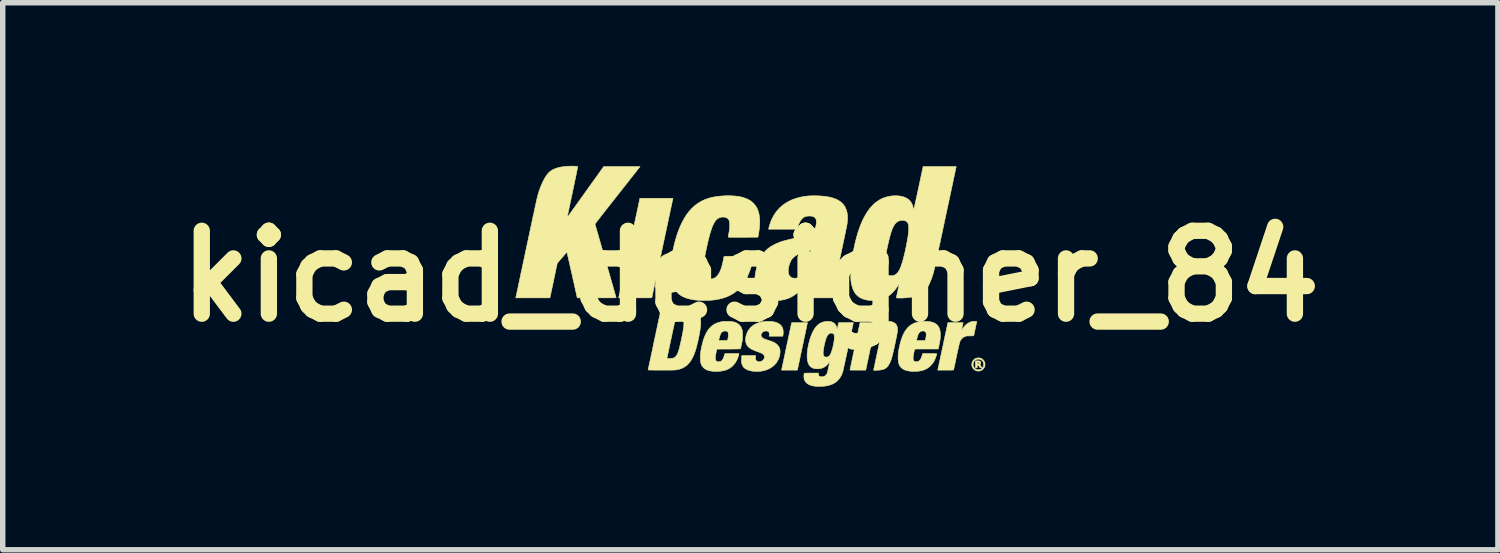
<source format=kicad_pcb>
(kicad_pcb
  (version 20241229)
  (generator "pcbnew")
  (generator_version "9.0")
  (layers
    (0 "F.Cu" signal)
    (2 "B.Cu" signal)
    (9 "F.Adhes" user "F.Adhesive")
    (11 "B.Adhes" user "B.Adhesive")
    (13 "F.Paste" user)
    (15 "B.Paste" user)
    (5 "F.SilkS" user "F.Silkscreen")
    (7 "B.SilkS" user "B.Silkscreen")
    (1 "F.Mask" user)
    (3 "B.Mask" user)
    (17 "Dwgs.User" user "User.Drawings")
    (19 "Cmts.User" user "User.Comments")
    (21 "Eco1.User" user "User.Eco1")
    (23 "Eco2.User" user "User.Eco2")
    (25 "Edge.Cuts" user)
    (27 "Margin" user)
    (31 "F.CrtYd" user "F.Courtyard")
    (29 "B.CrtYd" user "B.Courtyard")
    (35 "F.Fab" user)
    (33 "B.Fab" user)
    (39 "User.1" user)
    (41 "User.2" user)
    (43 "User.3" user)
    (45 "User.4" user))
  (footprint "kicad_designer_84"
    (layer "F.Cu")
    (at 10.748 2.029)
    (property "Reference" "kicad_designer_84" (at 0 0 0) (layer "F.SilkS") (effects (font (size 1.524 1.524) (thickness 0.3))))
    (attr through_hole)
    (fp_poly (pts (xy 1.041 0.901) (xy 1.039 0.911) (xy 1.036 0.927) (xy 1.031 0.95) (xy 1.025 0.978) (xy 1.018 1.011) (xy 1.01 1.049) (xy 1.001 1.091) (xy 0.991 1.135) (xy 0.981 1.183) (xy 0.971 1.233) (xy 0.959 1.285) (xy 0.948 1.338) (xy 0.866 1.727) (xy 0.575 1.727) (xy 0.667 1.291) (xy 0.76 0.855) (xy 1.051 0.853) (xy 1.041 0.901)) (stroke (width 0.01) (type solid)) (fill yes) (layer "F.SilkS"))
    (fp_poly (pts (xy 4.198 1.557) (xy 4.215 1.56) (xy 4.227 1.565) (xy 4.234 1.572) (xy 4.238 1.583) (xy 4.238 1.591) (xy 4.236 1.605) (xy 4.231 1.615) (xy 4.223 1.621) (xy 4.219 1.622) (xy 4.219 1.624) (xy 4.223 1.629) (xy 4.225 1.631) (xy 4.231 1.638) (xy 4.239 1.65) (xy 4.245 1.661) (xy 4.256 1.684) (xy 4.239 1.684) (xy 4.228 1.683) (xy 4.222 1.681) (xy 4.218 1.675) (xy 4.214 1.669) (xy 4.206 1.652) (xy 4.197 1.642) (xy 4.189 1.637) (xy 4.183 1.636) (xy 4.173 1.636) (xy 4.173 1.684) (xy 4.14 1.684) (xy 4.14 1.597) (xy 4.173 1.597) (xy 4.173 1.607) (xy 4.175 1.613) (xy 4.178 1.615) (xy 4.184 1.615) (xy 4.194 1.612) (xy 4.202 1.607) (xy 4.207 1.6) (xy 4.209 1.595) (xy 4.206 1.588) (xy 4.198 1.582) (xy 4.188 1.579) (xy 4.183 1.578) (xy 4.177 1.579) (xy 4.174 1.582) (xy 4.173 1.588) (xy 4.173 1.597) (xy 4.14 1.597) (xy 4.14 1.557) (xy 4.174 1.557) (xy 4.198 1.557)) (stroke (width 0.01) (type solid)) (fill yes) (layer "F.SilkS"))
    (fp_poly (pts (xy 4.225 1.505) (xy 4.252 1.515) (xy 4.275 1.531) (xy 4.294 1.553) (xy 4.304 1.57) (xy 4.311 1.584) (xy 4.314 1.595) (xy 4.316 1.607) (xy 4.316 1.623) (xy 4.316 1.624) (xy 4.315 1.641) (xy 4.313 1.655) (xy 4.309 1.667) (xy 4.306 1.673) (xy 4.291 1.698) (xy 4.27 1.719) (xy 4.248 1.733) (xy 4.231 1.74) (xy 4.21 1.744) (xy 4.188 1.745) (xy 4.169 1.743) (xy 4.158 1.741) (xy 4.13 1.727) (xy 4.107 1.709) (xy 4.09 1.686) (xy 4.081 1.67) (xy 4.077 1.657) (xy 4.074 1.642) (xy 4.073 1.624) (xy 4.073 1.615) (xy 4.097 1.615) (xy 4.098 1.639) (xy 4.102 1.657) (xy 4.114 1.68) (xy 4.131 1.698) (xy 4.152 1.712) (xy 4.175 1.72) (xy 4.2 1.722) (xy 4.225 1.718) (xy 4.233 1.715) (xy 4.253 1.702) (xy 4.271 1.685) (xy 4.283 1.663) (xy 4.291 1.64) (xy 4.292 1.624) (xy 4.289 1.597) (xy 4.279 1.573) (xy 4.264 1.553) (xy 4.243 1.538) (xy 4.242 1.537) (xy 4.218 1.528) (xy 4.193 1.525) (xy 4.168 1.529) (xy 4.145 1.538) (xy 4.125 1.553) (xy 4.11 1.572) (xy 4.101 1.592) (xy 4.097 1.615) (xy 4.073 1.615) (xy 4.074 1.608) (xy 4.075 1.596) (xy 4.079 1.584) (xy 4.085 1.571) (xy 4.085 1.57) (xy 4.101 1.545) (xy 4.122 1.525) (xy 4.146 1.511) (xy 4.174 1.504) (xy 4.195 1.502) (xy 4.225 1.505)) (stroke (width 0.01) (type solid)) (fill yes) (layer "F.SilkS"))
    (fp_poly (pts (xy -1.424 -1.425) (xy -1.425 -1.42) (xy -1.428 -1.408) (xy -1.432 -1.39) (xy -1.437 -1.366) (xy -1.443 -1.336) (xy -1.451 -1.301) (xy -1.459 -1.261) (xy -1.469 -1.217) (xy -1.479 -1.169) (xy -1.49 -1.117) (xy -1.502 -1.061) (xy -1.514 -1.003) (xy -1.527 -0.942) (xy -1.541 -0.878) (xy -1.554 -0.813) (xy -1.569 -0.746) (xy -1.583 -0.678) (xy -1.598 -0.609) (xy -1.613 -0.539) (xy -1.627 -0.469) (xy -1.642 -0.4) (xy -1.657 -0.331) (xy -1.671 -0.263) (xy -1.685 -0.197) (xy -1.699 -0.132) (xy -1.712 -0.069) (xy -1.725 -0.009) (xy -1.737 0.049) (xy -1.749 0.104) (xy -1.76 0.155) (xy -1.77 0.202) (xy -1.779 0.245) (xy -1.787 0.283) (xy -1.794 0.316) (xy -1.8 0.344) (xy -1.804 0.367) (xy -1.808 0.383) (xy -1.81 0.393) (xy -1.811 0.396) (xy -1.814 0.397) (xy -1.824 0.397) (xy -1.841 0.398) (xy -1.863 0.398) (xy -1.89 0.398) (xy -1.922 0.398) (xy -1.958 0.399) (xy -1.998 0.399) (xy -2.04 0.399) (xy -2.085 0.399) (xy -2.116 0.399) (xy -2.421 0.399) (xy -2.419 0.391) (xy -2.418 0.386) (xy -2.416 0.376) (xy -2.412 0.358) (xy -2.407 0.335) (xy -2.401 0.306) (xy -2.394 0.272) (xy -2.385 0.233) (xy -2.376 0.189) (xy -2.366 0.142) (xy -2.355 0.09) (xy -2.343 0.035) (xy -2.331 -0.023) (xy -2.318 -0.084) (xy -2.304 -0.147) (xy -2.291 -0.212) (xy -2.276 -0.278) (xy -2.262 -0.346) (xy -2.247 -0.415) (xy -2.232 -0.485) (xy -2.218 -0.554) (xy -2.203 -0.623) (xy -2.188 -0.692) (xy -2.174 -0.76) (xy -2.16 -0.826) (xy -2.146 -0.891) (xy -2.133 -0.953) (xy -2.12 -1.014) (xy -2.108 -1.071) (xy -2.096 -1.125) (xy -2.085 -1.176) (xy -2.075 -1.223) (xy -2.066 -1.266) (xy -2.058 -1.304) (xy -2.051 -1.337) (xy -2.045 -1.365) (xy -2.041 -1.387) (xy -2.037 -1.403) (xy -2.035 -1.412) (xy -2.035 -1.414) (xy -2.031 -1.433) (xy -1.422 -1.433) (xy -1.424 -1.425)) (stroke (width 0.01) (type solid)) (fill yes) (layer "F.SilkS"))
    (fp_poly (pts (xy 4.144 0.831) (xy 4.155 0.831) (xy 4.162 0.832) (xy 4.164 0.834) (xy 4.164 0.837) (xy 4.164 0.837) (xy 4.163 0.842) (xy 4.161 0.853) (xy 4.157 0.87) (xy 4.152 0.891) (xy 4.147 0.916) (xy 4.141 0.943) (xy 4.137 0.965) (xy 4.13 0.994) (xy 4.125 1.021) (xy 4.12 1.045) (xy 4.115 1.064) (xy 4.112 1.08) (xy 4.11 1.089) (xy 4.109 1.092) (xy 4.108 1.094) (xy 4.104 1.096) (xy 4.096 1.097) (xy 4.084 1.097) (xy 4.067 1.098) (xy 4.043 1.098) (xy 4.043 1.098) (xy 4.019 1.098) (xy 4.001 1.098) (xy 3.987 1.099) (xy 3.977 1.1) (xy 3.967 1.102) (xy 3.958 1.105) (xy 3.955 1.106) (xy 3.923 1.12) (xy 3.896 1.141) (xy 3.874 1.166) (xy 3.857 1.197) (xy 3.852 1.209) (xy 3.85 1.217) (xy 3.846 1.232) (xy 3.841 1.252) (xy 3.835 1.277) (xy 3.828 1.307) (xy 3.821 1.341) (xy 3.813 1.377) (xy 3.804 1.416) (xy 3.795 1.457) (xy 3.792 1.475) (xy 3.783 1.516) (xy 3.775 1.554) (xy 3.767 1.591) (xy 3.76 1.624) (xy 3.754 1.653) (xy 3.748 1.677) (xy 3.744 1.697) (xy 3.741 1.711) (xy 3.739 1.719) (xy 3.739 1.721) (xy 3.738 1.722) (xy 3.736 1.724) (xy 3.732 1.725) (xy 3.726 1.726) (xy 3.716 1.726) (xy 3.703 1.727) (xy 3.685 1.727) (xy 3.662 1.727) (xy 3.633 1.727) (xy 3.598 1.727) (xy 3.447 1.727) (xy 3.449 1.719) (xy 3.45 1.715) (xy 3.452 1.703) (xy 3.456 1.686) (xy 3.461 1.663) (xy 3.467 1.634) (xy 3.474 1.601) (xy 3.482 1.563) (xy 3.491 1.521) (xy 3.501 1.476) (xy 3.511 1.427) (xy 3.522 1.376) (xy 3.533 1.323) (xy 3.542 1.283) (xy 3.553 1.228) (xy 3.564 1.176) (xy 3.575 1.126) (xy 3.585 1.078) (xy 3.595 1.035) (xy 3.603 0.994) (xy 3.611 0.958) (xy 3.618 0.927) (xy 3.623 0.9) (xy 3.628 0.88) (xy 3.631 0.865) (xy 3.633 0.856) (xy 3.634 0.854) (xy 3.637 0.853) (xy 3.648 0.853) (xy 3.663 0.853) (xy 3.684 0.853) (xy 3.709 0.853) (xy 3.737 0.853) (xy 3.768 0.854) (xy 3.774 0.854) (xy 3.914 0.855) (xy 3.9 0.918) (xy 3.896 0.939) (xy 3.892 0.957) (xy 3.889 0.972) (xy 3.888 0.982) (xy 3.887 0.987) (xy 3.889 0.986) (xy 3.894 0.98) (xy 3.902 0.97) (xy 3.907 0.963) (xy 3.935 0.924) (xy 3.966 0.892) (xy 4 0.867) (xy 4.027 0.852) (xy 4.05 0.842) (xy 4.071 0.836) (xy 4.094 0.832) (xy 4.121 0.831) (xy 4.127 0.831) (xy 4.144 0.831)) (stroke (width 0.01) (type solid)) (fill yes) (layer "F.SilkS"))
    (fp_poly (pts (xy 0.348 0.831) (xy 0.378 0.832) (xy 0.403 0.834) (xy 0.42 0.836) (xy 0.464 0.847) (xy 0.502 0.861) (xy 0.534 0.879) (xy 0.56 0.901) (xy 0.58 0.927) (xy 0.595 0.957) (xy 0.603 0.991) (xy 0.605 1.03) (xy 0.605 1.047) (xy 0.604 1.063) (xy 0.602 1.078) (xy 0.601 1.089) (xy 0.6 1.091) (xy 0.598 1.103) (xy 0.346 1.103) (xy 0.349 1.082) (xy 0.35 1.058) (xy 0.346 1.038) (xy 0.337 1.023) (xy 0.322 1.013) (xy 0.302 1.008) (xy 0.287 1.008) (xy 0.26 1.011) (xy 0.237 1.02) (xy 0.219 1.035) (xy 0.206 1.054) (xy 0.198 1.078) (xy 0.198 1.079) (xy 0.198 1.097) (xy 0.205 1.114) (xy 0.219 1.13) (xy 0.239 1.144) (xy 0.252 1.15) (xy 0.263 1.155) (xy 0.279 1.161) (xy 0.299 1.168) (xy 0.32 1.175) (xy 0.338 1.181) (xy 0.377 1.194) (xy 0.409 1.206) (xy 0.437 1.219) (xy 0.46 1.232) (xy 0.479 1.246) (xy 0.491 1.256) (xy 0.514 1.281) (xy 0.532 1.311) (xy 0.543 1.343) (xy 0.545 1.352) (xy 0.547 1.372) (xy 0.547 1.398) (xy 0.545 1.425) (xy 0.541 1.452) (xy 0.537 1.471) (xy 0.529 1.496) (xy 0.518 1.524) (xy 0.503 1.553) (xy 0.487 1.579) (xy 0.472 1.602) (xy 0.468 1.607) (xy 0.434 1.642) (xy 0.395 1.673) (xy 0.351 1.699) (xy 0.303 1.721) (xy 0.252 1.737) (xy 0.22 1.743) (xy 0.194 1.747) (xy 0.165 1.749) (xy 0.133 1.751) (xy 0.101 1.751) (xy 0.073 1.75) (xy 0.061 1.749) (xy 0.015 1.742) (xy -0.027 1.732) (xy -0.063 1.718) (xy -0.093 1.7) (xy -0.118 1.68) (xy -0.122 1.675) (xy -0.136 1.656) (xy -0.148 1.632) (xy -0.157 1.607) (xy -0.16 1.597) (xy -0.161 1.585) (xy -0.162 1.569) (xy -0.162 1.549) (xy -0.162 1.527) (xy -0.161 1.506) (xy -0.16 1.487) (xy -0.158 1.473) (xy -0.158 1.469) (xy -0.155 1.459) (xy 0.099 1.459) (xy 0.096 1.482) (xy 0.095 1.507) (xy 0.097 1.527) (xy 0.103 1.543) (xy 0.11 1.552) (xy 0.126 1.566) (xy 0.145 1.573) (xy 0.166 1.574) (xy 0.191 1.569) (xy 0.214 1.559) (xy 0.234 1.544) (xy 0.249 1.525) (xy 0.258 1.503) (xy 0.26 1.494) (xy 0.26 1.474) (xy 0.253 1.456) (xy 0.24 1.44) (xy 0.238 1.438) (xy 0.229 1.43) (xy 0.219 1.424) (xy 0.207 1.417) (xy 0.192 1.41) (xy 0.172 1.402) (xy 0.147 1.393) (xy 0.125 1.385) (xy 0.083 1.369) (xy 0.048 1.354) (xy 0.018 1.339) (xy -0.007 1.324) (xy -0.028 1.308) (xy -0.045 1.29) (xy -0.057 1.274) (xy -0.066 1.26) (xy -0.073 1.245) (xy -0.078 1.233) (xy -0.083 1.209) (xy -0.086 1.18) (xy -0.086 1.15) (xy -0.083 1.121) (xy -0.082 1.116) (xy -0.069 1.068) (xy -0.051 1.023) (xy -0.026 0.983) (xy 0.004 0.947) (xy 0.039 0.915) (xy 0.079 0.888) (xy 0.125 0.866) (xy 0.175 0.849) (xy 0.23 0.837) (xy 0.236 0.836) (xy 0.259 0.834) (xy 0.287 0.832) (xy 0.317 0.831) (xy 0.348 0.831)) (stroke (width 0.01) (type solid)) (fill yes) (layer "F.SilkS"))
    (fp_poly (pts (xy 3.236 0.832) (xy 3.266 0.833) (xy 3.293 0.836) (xy 3.315 0.839) (xy 3.331 0.842) (xy 3.37 0.854) (xy 3.404 0.871) (xy 3.432 0.892) (xy 3.454 0.918) (xy 3.472 0.949) (xy 3.485 0.985) (xy 3.493 1.026) (xy 3.494 1.04) (xy 3.496 1.066) (xy 3.496 1.093) (xy 3.494 1.122) (xy 3.491 1.155) (xy 3.486 1.191) (xy 3.478 1.233) (xy 3.469 1.28) (xy 3.465 1.3) (xy 3.457 1.339) (xy 3.24 1.339) (xy 3.195 1.339) (xy 3.156 1.339) (xy 3.124 1.339) (xy 3.097 1.339) (xy 3.076 1.339) (xy 3.059 1.34) (xy 3.046 1.34) (xy 3.036 1.341) (xy 3.029 1.341) (xy 3.025 1.342) (xy 3.023 1.343) (xy 3.022 1.345) (xy 3.021 1.345) (xy 3.02 1.351) (xy 3.017 1.362) (xy 3.014 1.378) (xy 3.01 1.397) (xy 3.006 1.414) (xy 2.999 1.453) (xy 2.995 1.485) (xy 2.994 1.511) (xy 2.996 1.532) (xy 3.001 1.548) (xy 3.01 1.56) (xy 3.022 1.568) (xy 3.038 1.573) (xy 3.044 1.574) (xy 3.068 1.573) (xy 3.09 1.566) (xy 3.11 1.552) (xy 3.128 1.531) (xy 3.143 1.504) (xy 3.156 1.47) (xy 3.166 1.432) (xy 3.168 1.422) (xy 3.298 1.422) (xy 3.328 1.422) (xy 3.356 1.423) (xy 3.38 1.423) (xy 3.401 1.424) (xy 3.416 1.424) (xy 3.426 1.425) (xy 3.429 1.426) (xy 3.428 1.43) (xy 3.425 1.44) (xy 3.422 1.454) (xy 3.418 1.466) (xy 3.399 1.52) (xy 3.375 1.569) (xy 3.347 1.611) (xy 3.314 1.648) (xy 3.277 1.68) (xy 3.236 1.705) (xy 3.19 1.725) (xy 3.139 1.739) (xy 3.117 1.743) (xy 3.1 1.746) (xy 3.079 1.748) (xy 3.056 1.749) (xy 3.032 1.75) (xy 3.009 1.751) (xy 2.988 1.751) (xy 2.973 1.751) (xy 2.968 1.751) (xy 2.935 1.746) (xy 2.908 1.742) (xy 2.885 1.738) (xy 2.866 1.733) (xy 2.849 1.728) (xy 2.833 1.721) (xy 2.823 1.716) (xy 2.794 1.699) (xy 2.77 1.677) (xy 2.751 1.652) (xy 2.736 1.623) (xy 2.726 1.589) (xy 2.72 1.549) (xy 2.717 1.504) (xy 2.717 1.499) (xy 2.719 1.453) (xy 2.723 1.407) (xy 2.73 1.358) (xy 2.738 1.317) (xy 2.754 1.244) (xy 2.773 1.178) (xy 2.774 1.174) (xy 3.059 1.174) (xy 3.059 1.183) (xy 3.139 1.183) (xy 3.162 1.183) (xy 3.182 1.183) (xy 3.199 1.182) (xy 3.211 1.182) (xy 3.218 1.182) (xy 3.219 1.181) (xy 3.219 1.178) (xy 3.221 1.168) (xy 3.224 1.155) (xy 3.225 1.146) (xy 3.231 1.119) (xy 3.234 1.097) (xy 3.235 1.079) (xy 3.235 1.065) (xy 3.233 1.052) (xy 3.233 1.051) (xy 3.227 1.032) (xy 3.216 1.019) (xy 3.199 1.011) (xy 3.192 1.009) (xy 3.167 1.007) (xy 3.144 1.012) (xy 3.123 1.023) (xy 3.105 1.04) (xy 3.093 1.058) (xy 3.087 1.07) (xy 3.081 1.087) (xy 3.075 1.106) (xy 3.069 1.126) (xy 3.064 1.146) (xy 3.06 1.162) (xy 3.059 1.174) (xy 3.059 1.174) (xy 2.774 1.174) (xy 2.793 1.118) (xy 2.816 1.065) (xy 2.842 1.017) (xy 2.87 0.976) (xy 2.901 0.94) (xy 2.935 0.91) (xy 2.973 0.885) (xy 3.014 0.864) (xy 3.059 0.849) (xy 3.107 0.838) (xy 3.131 0.834) (xy 3.152 0.832) (xy 3.178 0.831) (xy 3.207 0.831) (xy 3.236 0.832)) (stroke (width 0.01) (type solid)) (fill yes) (layer "F.SilkS"))
    (fp_poly (pts (xy -0.396 0.832) (xy -0.367 0.834) (xy -0.34 0.836) (xy -0.318 0.839) (xy -0.305 0.841) (xy -0.266 0.854) (xy -0.232 0.872) (xy -0.204 0.894) (xy -0.181 0.922) (xy -0.163 0.954) (xy -0.15 0.991) (xy -0.147 1.006) (xy -0.145 1.027) (xy -0.144 1.052) (xy -0.143 1.08) (xy -0.143 1.109) (xy -0.145 1.137) (xy -0.146 1.163) (xy -0.149 1.186) (xy -0.15 1.192) (xy -0.153 1.207) (xy -0.157 1.226) (xy -0.161 1.247) (xy -0.166 1.269) (xy -0.17 1.289) (xy -0.174 1.308) (xy -0.177 1.322) (xy -0.18 1.331) (xy -0.18 1.333) (xy -0.181 1.334) (xy -0.183 1.335) (xy -0.186 1.336) (xy -0.191 1.337) (xy -0.2 1.337) (xy -0.211 1.338) (xy -0.226 1.338) (xy -0.245 1.339) (xy -0.27 1.339) (xy -0.299 1.339) (xy -0.335 1.34) (xy -0.377 1.34) (xy -0.398 1.34) (xy -0.615 1.341) (xy -0.629 1.404) (xy -0.636 1.442) (xy -0.641 1.473) (xy -0.643 1.499) (xy -0.643 1.521) (xy -0.639 1.538) (xy -0.633 1.551) (xy -0.624 1.562) (xy -0.619 1.565) (xy -0.608 1.57) (xy -0.593 1.573) (xy -0.576 1.573) (xy -0.559 1.571) (xy -0.546 1.567) (xy -0.545 1.567) (xy -0.531 1.557) (xy -0.519 1.546) (xy -0.508 1.531) (xy -0.498 1.512) (xy -0.488 1.488) (xy -0.478 1.458) (xy -0.47 1.427) (xy -0.468 1.426) (xy -0.462 1.425) (xy -0.453 1.424) (xy -0.439 1.423) (xy -0.42 1.423) (xy -0.395 1.423) (xy -0.364 1.422) (xy -0.338 1.422) (xy -0.208 1.422) (xy -0.209 1.431) (xy -0.225 1.486) (xy -0.245 1.537) (xy -0.27 1.583) (xy -0.3 1.623) (xy -0.333 1.658) (xy -0.371 1.688) (xy -0.413 1.711) (xy -0.458 1.729) (xy -0.497 1.738) (xy -0.541 1.746) (xy -0.587 1.75) (xy -0.633 1.751) (xy -0.677 1.75) (xy -0.687 1.749) (xy -0.735 1.742) (xy -0.776 1.732) (xy -0.812 1.718) (xy -0.842 1.699) (xy -0.867 1.677) (xy -0.887 1.65) (xy -0.893 1.639) (xy -0.903 1.619) (xy -0.91 1.599) (xy -0.914 1.577) (xy -0.917 1.553) (xy -0.919 1.524) (xy -0.919 1.5) (xy -0.919 1.464) (xy -0.916 1.427) (xy -0.912 1.39) (xy -0.905 1.349) (xy -0.897 1.304) (xy -0.892 1.285) (xy -0.875 1.216) (xy -0.865 1.18) (xy -0.581 1.18) (xy -0.581 1.18) (xy -0.577 1.181) (xy -0.568 1.182) (xy -0.554 1.182) (xy -0.536 1.183) (xy -0.516 1.183) (xy -0.495 1.183) (xy -0.475 1.183) (xy -0.456 1.182) (xy -0.439 1.182) (xy -0.427 1.181) (xy -0.42 1.18) (xy -0.419 1.179) (xy -0.417 1.172) (xy -0.414 1.16) (xy -0.411 1.144) (xy -0.408 1.126) (xy -0.405 1.107) (xy -0.404 1.09) (xy -0.403 1.077) (xy -0.403 1.075) (xy -0.405 1.05) (xy -0.41 1.032) (xy -0.421 1.019) (xy -0.436 1.011) (xy -0.456 1.008) (xy -0.464 1.007) (xy -0.489 1.011) (xy -0.511 1.02) (xy -0.53 1.036) (xy -0.545 1.058) (xy -0.55 1.07) (xy -0.554 1.079) (xy -0.558 1.092) (xy -0.563 1.109) (xy -0.568 1.127) (xy -0.573 1.145) (xy -0.577 1.161) (xy -0.58 1.173) (xy -0.581 1.18) (xy -0.865 1.18) (xy -0.856 1.153) (xy -0.835 1.097) (xy -0.812 1.048) (xy -0.786 1.003) (xy -0.758 0.965) (xy -0.726 0.931) (xy -0.695 0.905) (xy -0.663 0.884) (xy -0.624 0.865) (xy -0.582 0.85) (xy -0.537 0.839) (xy -0.506 0.834) (xy -0.483 0.832) (xy -0.456 0.831) (xy -0.427 0.831) (xy -0.396 0.832)) (stroke (width 0.01) (type solid)) (fill yes) (layer "F.SilkS"))
    (fp_poly (pts (xy -1.459 0.57) (xy -1.422 0.57) (xy -1.384 0.57) (xy -1.346 0.571) (xy -1.308 0.571) (xy -1.272 0.572) (xy -1.237 0.572) (xy -1.205 0.573) (xy -1.176 0.574) (xy -1.151 0.575) (xy -1.131 0.576) (xy -1.116 0.577) (xy -1.107 0.578) (xy -1.067 0.589) (xy -1.031 0.603) (xy -1.001 0.621) (xy -0.975 0.643) (xy -0.953 0.67) (xy -0.936 0.701) (xy -0.924 0.737) (xy -0.916 0.778) (xy -0.912 0.825) (xy -0.912 0.876) (xy -0.917 0.934) (xy -0.925 0.997) (xy -0.929 1.02) (xy -0.94 1.081) (xy -0.952 1.141) (xy -0.965 1.2) (xy -0.979 1.256) (xy -0.992 1.309) (xy -1.006 1.356) (xy -1.014 1.382) (xy -1.037 1.444) (xy -1.062 1.499) (xy -1.09 1.548) (xy -1.121 1.59) (xy -1.154 1.627) (xy -1.191 1.657) (xy -1.232 1.682) (xy -1.276 1.701) (xy -1.324 1.716) (xy -1.353 1.721) (xy -1.361 1.723) (xy -1.37 1.724) (xy -1.381 1.724) (xy -1.394 1.725) (xy -1.41 1.726) (xy -1.429 1.726) (xy -1.453 1.727) (xy -1.481 1.727) (xy -1.514 1.727) (xy -1.553 1.727) (xy -1.599 1.727) (xy -1.633 1.727) (xy -1.675 1.727) (xy -1.714 1.727) (xy -1.751 1.727) (xy -1.784 1.727) (xy -1.813 1.726) (xy -1.838 1.726) (xy -1.857 1.725) (xy -1.871 1.725) (xy -1.878 1.725) (xy -1.88 1.724) (xy -1.879 1.72) (xy -1.877 1.71) (xy -1.873 1.693) (xy -1.869 1.671) (xy -1.863 1.643) (xy -1.856 1.611) (xy -1.848 1.574) (xy -1.839 1.533) (xy -1.835 1.513) (xy -1.534 1.513) (xy -1.493 1.513) (xy -1.474 1.513) (xy -1.455 1.512) (xy -1.439 1.51) (xy -1.431 1.509) (xy -1.408 1.503) (xy -1.389 1.493) (xy -1.372 1.478) (xy -1.356 1.458) (xy -1.342 1.431) (xy -1.34 1.428) (xy -1.333 1.412) (xy -1.326 1.394) (xy -1.319 1.373) (xy -1.312 1.349) (xy -1.304 1.322) (xy -1.296 1.29) (xy -1.288 1.253) (xy -1.278 1.211) (xy -1.267 1.162) (xy -1.261 1.131) (xy -1.249 1.075) (xy -1.24 1.026) (xy -1.233 0.984) (xy -1.227 0.947) (xy -1.224 0.915) (xy -1.222 0.888) (xy -1.222 0.865) (xy -1.224 0.846) (xy -1.228 0.831) (xy -1.234 0.819) (xy -1.234 0.817) (xy -1.242 0.808) (xy -1.252 0.8) (xy -1.264 0.795) (xy -1.282 0.791) (xy -1.304 0.789) (xy -1.327 0.788) (xy -1.347 0.788) (xy -1.361 0.787) (xy -1.371 0.788) (xy -1.376 0.789) (xy -1.379 0.791) (xy -1.38 0.793) (xy -1.38 0.793) (xy -1.381 0.798) (xy -1.383 0.808) (xy -1.387 0.825) (xy -1.392 0.847) (xy -1.398 0.874) (xy -1.404 0.905) (xy -1.412 0.94) (xy -1.42 0.979) (xy -1.429 1.019) (xy -1.438 1.062) (xy -1.447 1.106) (xy -1.457 1.152) (xy -1.467 1.197) (xy -1.477 1.243) (xy -1.486 1.287) (xy -1.495 1.331) (xy -1.504 1.372) (xy -1.512 1.411) (xy -1.52 1.447) (xy -1.527 1.48) (xy -1.529 1.49) (xy -1.534 1.513) (xy -1.835 1.513) (xy -1.83 1.489) (xy -1.82 1.442) (xy -1.809 1.392) (xy -1.798 1.34) (xy -1.787 1.287) (xy -1.776 1.232) (xy -1.764 1.177) (xy -1.752 1.122) (xy -1.74 1.067) (xy -1.729 1.012) (xy -1.717 0.959) (xy -1.706 0.907) (xy -1.696 0.857) (xy -1.685 0.81) (xy -1.676 0.766) (xy -1.667 0.725) (xy -1.659 0.688) (xy -1.652 0.655) (xy -1.646 0.628) (xy -1.642 0.605) (xy -1.638 0.588) (xy -1.636 0.578) (xy -1.635 0.574) (xy -1.631 0.573) (xy -1.62 0.572) (xy -1.604 0.571) (xy -1.582 0.571) (xy -1.556 0.57) (xy -1.527 0.57) (xy -1.494 0.57) (xy -1.459 0.57)) (stroke (width 0.01) (type solid)) (fill yes) (layer "F.SilkS"))
    (fp_poly (pts (xy 2.57 0.833) (xy 2.594 0.837) (xy 2.615 0.843) (xy 2.634 0.851) (xy 2.659 0.866) (xy 2.678 0.884) (xy 2.692 0.906) (xy 2.701 0.931) (xy 2.706 0.962) (xy 2.706 0.998) (xy 2.706 1.001) (xy 2.705 1.011) (xy 2.704 1.023) (xy 2.703 1.035) (xy 2.7 1.05) (xy 2.697 1.067) (xy 2.693 1.088) (xy 2.689 1.113) (xy 2.682 1.143) (xy 2.675 1.178) (xy 2.666 1.219) (xy 2.662 1.24) (xy 2.65 1.294) (xy 2.64 1.341) (xy 2.63 1.382) (xy 2.622 1.418) (xy 2.614 1.45) (xy 2.607 1.477) (xy 2.6 1.501) (xy 2.594 1.523) (xy 2.587 1.542) (xy 2.58 1.56) (xy 2.573 1.577) (xy 2.565 1.594) (xy 2.557 1.609) (xy 2.54 1.639) (xy 2.521 1.664) (xy 2.5 1.685) (xy 2.475 1.701) (xy 2.447 1.713) (xy 2.414 1.722) (xy 2.376 1.727) (xy 2.332 1.73) (xy 2.33 1.73) (xy 2.307 1.73) (xy 2.29 1.731) (xy 2.278 1.73) (xy 2.271 1.729) (xy 2.268 1.728) (xy 2.268 1.727) (xy 2.269 1.723) (xy 2.271 1.712) (xy 2.274 1.695) (xy 2.279 1.673) (xy 2.285 1.646) (xy 2.291 1.614) (xy 2.299 1.579) (xy 2.307 1.54) (xy 2.316 1.498) (xy 2.325 1.454) (xy 2.33 1.432) (xy 2.342 1.374) (xy 2.353 1.324) (xy 2.362 1.279) (xy 2.37 1.24) (xy 2.377 1.207) (xy 2.382 1.178) (xy 2.387 1.154) (xy 2.39 1.134) (xy 2.392 1.118) (xy 2.394 1.105) (xy 2.394 1.094) (xy 2.394 1.086) (xy 2.393 1.079) (xy 2.392 1.074) (xy 2.39 1.071) (xy 2.38 1.058) (xy 2.364 1.049) (xy 2.345 1.046) (xy 2.324 1.047) (xy 2.315 1.049) (xy 2.299 1.056) (xy 2.283 1.069) (xy 2.269 1.087) (xy 2.259 1.106) (xy 2.258 1.107) (xy 2.256 1.114) (xy 2.253 1.127) (xy 2.248 1.147) (xy 2.242 1.171) (xy 2.236 1.2) (xy 2.228 1.234) (xy 2.22 1.271) (xy 2.212 1.311) (xy 2.202 1.353) (xy 2.193 1.397) (xy 2.192 1.403) (xy 2.182 1.447) (xy 2.173 1.49) (xy 2.165 1.53) (xy 2.156 1.568) (xy 2.149 1.602) (xy 2.143 1.633) (xy 2.137 1.659) (xy 2.133 1.679) (xy 2.13 1.694) (xy 2.128 1.702) (xy 2.128 1.703) (xy 2.122 1.727) (xy 1.977 1.727) (xy 1.946 1.727) (xy 1.916 1.727) (xy 1.89 1.727) (xy 1.868 1.727) (xy 1.851 1.726) (xy 1.839 1.726) (xy 1.833 1.726) (xy 1.832 1.726) (xy 1.833 1.722) (xy 1.835 1.712) (xy 1.839 1.695) (xy 1.843 1.674) (xy 1.849 1.647) (xy 1.856 1.616) (xy 1.863 1.58) (xy 1.871 1.542) (xy 1.88 1.5) (xy 1.889 1.456) (xy 1.899 1.411) (xy 1.909 1.364) (xy 1.919 1.316) (xy 1.929 1.268) (xy 1.94 1.22) (xy 1.95 1.173) (xy 1.959 1.128) (xy 1.969 1.084) (xy 1.977 1.043) (xy 1.986 1.004) (xy 1.993 0.969) (xy 2 0.938) (xy 2.005 0.912) (xy 2.01 0.89) (xy 2.013 0.874) (xy 2.016 0.864) (xy 2.016 0.861) (xy 2.018 0.853) (xy 2.158 0.853) (xy 2.195 0.853) (xy 2.225 0.853) (xy 2.249 0.853) (xy 2.268 0.854) (xy 2.281 0.854) (xy 2.29 0.855) (xy 2.295 0.856) (xy 2.297 0.857) (xy 2.297 0.857) (xy 2.296 0.862) (xy 2.294 0.873) (xy 2.291 0.888) (xy 2.288 0.906) (xy 2.287 0.91) (xy 2.283 0.927) (xy 2.28 0.942) (xy 2.279 0.953) (xy 2.279 0.958) (xy 2.279 0.958) (xy 2.282 0.955) (xy 2.288 0.948) (xy 2.292 0.943) (xy 2.304 0.928) (xy 2.321 0.911) (xy 2.34 0.894) (xy 2.359 0.878) (xy 2.377 0.866) (xy 2.383 0.863) (xy 2.407 0.851) (xy 2.43 0.843) (xy 2.454 0.837) (xy 2.481 0.833) (xy 2.508 0.832) (xy 2.541 0.831) (xy 2.57 0.833)) (stroke (width 0.01) (type solid)) (fill yes) (layer "F.SilkS"))
    (fp_poly (pts (xy 1.458 0.832) (xy 1.479 0.835) (xy 1.486 0.837) (xy 1.516 0.848) (xy 1.542 0.865) (xy 1.563 0.887) (xy 1.578 0.914) (xy 1.589 0.946) (xy 1.59 0.95) (xy 1.592 0.961) (xy 1.595 0.97) (xy 1.597 0.972) (xy 1.598 0.969) (xy 1.601 0.96) (xy 1.604 0.946) (xy 1.608 0.928) (xy 1.611 0.913) (xy 1.624 0.853) (xy 1.895 0.853) (xy 1.893 0.863) (xy 1.889 0.882) (xy 1.884 0.906) (xy 1.878 0.936) (xy 1.871 0.97) (xy 1.863 1.008) (xy 1.854 1.049) (xy 1.845 1.093) (xy 1.835 1.139) (xy 1.824 1.187) (xy 1.814 1.236) (xy 1.803 1.286) (xy 1.792 1.337) (xy 1.782 1.386) (xy 1.771 1.435) (xy 1.761 1.483) (xy 1.751 1.528) (xy 1.742 1.571) (xy 1.733 1.611) (xy 1.725 1.647) (xy 1.718 1.68) (xy 1.712 1.708) (xy 1.707 1.73) (xy 1.703 1.747) (xy 1.7 1.758) (xy 1.699 1.762) (xy 1.68 1.812) (xy 1.656 1.857) (xy 1.627 1.896) (xy 1.594 1.931) (xy 1.555 1.96) (xy 1.511 1.984) (xy 1.462 2.002) (xy 1.408 2.016) (xy 1.397 2.018) (xy 1.371 2.021) (xy 1.34 2.024) (xy 1.306 2.026) (xy 1.271 2.027) (xy 1.239 2.027) (xy 1.211 2.025) (xy 1.203 2.025) (xy 1.154 2.018) (xy 1.112 2.007) (xy 1.075 1.992) (xy 1.045 1.973) (xy 1.021 1.95) (xy 1.003 1.924) (xy 0.991 1.894) (xy 0.986 1.86) (xy 0.986 1.822) (xy 0.987 1.814) (xy 0.989 1.801) (xy 0.99 1.79) (xy 0.99 1.785) (xy 0.99 1.784) (xy 0.994 1.784) (xy 1.004 1.783) (xy 1.02 1.783) (xy 1.04 1.782) (xy 1.064 1.782) (xy 1.092 1.782) (xy 1.121 1.782) (xy 1.252 1.782) (xy 1.252 1.799) (xy 1.255 1.818) (xy 1.263 1.833) (xy 1.277 1.843) (xy 1.297 1.849) (xy 1.321 1.85) (xy 1.324 1.85) (xy 1.34 1.847) (xy 1.355 1.843) (xy 1.364 1.84) (xy 1.38 1.828) (xy 1.396 1.812) (xy 1.409 1.792) (xy 1.415 1.779) (xy 1.417 1.771) (xy 1.421 1.757) (xy 1.425 1.739) (xy 1.43 1.718) (xy 1.435 1.695) (xy 1.44 1.672) (xy 1.445 1.648) (xy 1.449 1.627) (xy 1.453 1.607) (xy 1.456 1.592) (xy 1.457 1.581) (xy 1.458 1.577) (xy 1.455 1.578) (xy 1.45 1.584) (xy 1.443 1.593) (xy 1.441 1.595) (xy 1.424 1.618) (xy 1.402 1.64) (xy 1.378 1.659) (xy 1.355 1.675) (xy 1.349 1.678) (xy 1.32 1.69) (xy 1.29 1.698) (xy 1.258 1.702) (xy 1.232 1.703) (xy 1.193 1.701) (xy 1.158 1.693) (xy 1.129 1.679) (xy 1.103 1.66) (xy 1.083 1.636) (xy 1.067 1.605) (xy 1.056 1.574) (xy 1.049 1.538) (xy 1.045 1.496) (xy 1.045 1.45) (xy 1.047 1.406) (xy 1.34 1.406) (xy 1.34 1.43) (xy 1.344 1.45) (xy 1.35 1.465) (xy 1.359 1.476) (xy 1.364 1.479) (xy 1.379 1.486) (xy 1.397 1.488) (xy 1.416 1.486) (xy 1.432 1.481) (xy 1.447 1.471) (xy 1.461 1.455) (xy 1.475 1.433) (xy 1.488 1.404) (xy 1.498 1.375) (xy 1.509 1.339) (xy 1.519 1.301) (xy 1.528 1.262) (xy 1.535 1.223) (xy 1.541 1.186) (xy 1.544 1.153) (xy 1.546 1.125) (xy 1.546 1.124) (xy 1.545 1.101) (xy 1.543 1.084) (xy 1.538 1.072) (xy 1.531 1.061) (xy 1.526 1.056) (xy 1.519 1.051) (xy 1.512 1.048) (xy 1.502 1.047) (xy 1.492 1.047) (xy 1.473 1.048) (xy 1.459 1.052) (xy 1.457 1.053) (xy 1.441 1.064) (xy 1.426 1.08) (xy 1.413 1.1) (xy 1.4 1.127) (xy 1.388 1.159) (xy 1.377 1.197) (xy 1.366 1.242) (xy 1.363 1.254) (xy 1.353 1.301) (xy 1.346 1.342) (xy 1.341 1.377) (xy 1.34 1.406) (xy 1.047 1.406) (xy 1.048 1.4) (xy 1.054 1.347) (xy 1.064 1.291) (xy 1.076 1.234) (xy 1.092 1.176) (xy 1.105 1.132) (xy 1.126 1.074) (xy 1.15 1.022) (xy 1.175 0.977) (xy 1.202 0.938) (xy 1.231 0.906) (xy 1.264 0.879) (xy 1.298 0.859) (xy 1.336 0.843) (xy 1.364 0.836) (xy 1.384 0.833) (xy 1.408 0.831) (xy 1.434 0.831) (xy 1.458 0.832)) (stroke (width 0.01) (type solid)) (fill yes) (layer "F.SilkS"))
    (fp_poly (pts (xy -0.29 -1.475) (xy -0.22 -1.467) (xy -0.156 -1.454) (xy -0.098 -1.436) (xy -0.045 -1.414) (xy 0.002 -1.388) (xy 0.005 -1.385) (xy 0.025 -1.37) (xy 0.046 -1.352) (xy 0.067 -1.33) (xy 0.086 -1.308) (xy 0.102 -1.287) (xy 0.109 -1.275) (xy 0.132 -1.231) (xy 0.149 -1.183) (xy 0.162 -1.131) (xy 0.17 -1.074) (xy 0.174 -1.014) (xy 0.172 -0.948) (xy 0.166 -0.878) (xy 0.159 -0.827) (xy 0.156 -0.806) (xy 0.152 -0.783) (xy 0.149 -0.763) (xy 0.146 -0.747) (xy 0.139 -0.717) (xy -0.134 -0.716) (xy -0.189 -0.716) (xy -0.237 -0.715) (xy -0.279 -0.716) (xy -0.314 -0.716) (xy -0.343 -0.716) (xy -0.367 -0.716) (xy -0.384 -0.717) (xy -0.397 -0.717) (xy -0.404 -0.718) (xy -0.406 -0.719) (xy -0.406 -0.719) (xy -0.406 -0.724) (xy -0.404 -0.734) (xy -0.402 -0.749) (xy -0.399 -0.767) (xy -0.398 -0.772) (xy -0.392 -0.806) (xy -0.387 -0.834) (xy -0.384 -0.858) (xy -0.382 -0.879) (xy -0.38 -0.9) (xy -0.38 -0.921) (xy -0.379 -0.94) (xy -0.38 -0.968) (xy -0.382 -0.991) (xy -0.385 -1.009) (xy -0.39 -1.025) (xy -0.398 -1.039) (xy -0.404 -1.049) (xy -0.421 -1.065) (xy -0.442 -1.077) (xy -0.468 -1.085) (xy -0.497 -1.088) (xy -0.528 -1.086) (xy -0.53 -1.086) (xy -0.553 -1.081) (xy -0.574 -1.073) (xy -0.595 -1.062) (xy -0.614 -1.047) (xy -0.633 -1.028) (xy -0.65 -1.005) (xy -0.667 -0.978) (xy -0.684 -0.945) (xy -0.7 -0.908) (xy -0.715 -0.866) (xy -0.731 -0.817) (xy -0.747 -0.763) (xy -0.763 -0.703) (xy -0.779 -0.636) (xy -0.796 -0.563) (xy -0.807 -0.512) (xy -0.82 -0.449) (xy -0.831 -0.394) (xy -0.84 -0.343) (xy -0.848 -0.299) (xy -0.855 -0.258) (xy -0.86 -0.222) (xy -0.863 -0.189) (xy -0.866 -0.158) (xy -0.867 -0.13) (xy -0.867 -0.111) (xy -0.866 -0.076) (xy -0.863 -0.046) (xy -0.859 -0.022) (xy -0.851 -0.001) (xy -0.841 0.015) (xy -0.829 0.029) (xy -0.828 0.03) (xy -0.808 0.043) (xy -0.783 0.051) (xy -0.753 0.054) (xy -0.749 0.054) (xy -0.715 0.052) (xy -0.685 0.045) (xy -0.657 0.033) (xy -0.631 0.016) (xy -0.607 -0.007) (xy -0.586 -0.035) (xy -0.566 -0.069) (xy -0.548 -0.109) (xy -0.531 -0.156) (xy -0.516 -0.21) (xy -0.502 -0.27) (xy -0.497 -0.296) (xy -0.493 -0.316) (xy -0.49 -0.334) (xy -0.487 -0.348) (xy -0.485 -0.357) (xy -0.484 -0.36) (xy -0.483 -0.361) (xy -0.482 -0.362) (xy -0.479 -0.363) (xy -0.474 -0.364) (xy -0.467 -0.365) (xy -0.456 -0.365) (xy -0.443 -0.366) (xy -0.426 -0.366) (xy -0.404 -0.366) (xy -0.378 -0.366) (xy -0.346 -0.366) (xy -0.308 -0.366) (xy -0.265 -0.366) (xy -0.214 -0.366) (xy -0.21 -0.366) (xy -0.167 -0.366) (xy -0.125 -0.366) (xy -0.086 -0.366) (xy -0.051 -0.366) (xy -0.019 -0.366) (xy 0.009 -0.365) (xy 0.031 -0.365) (xy 0.048 -0.365) (xy 0.059 -0.364) (xy 0.063 -0.364) (xy 0.063 -0.364) (xy 0.063 -0.36) (xy 0.061 -0.349) (xy 0.057 -0.334) (xy 0.053 -0.315) (xy 0.047 -0.293) (xy 0.044 -0.278) (xy 0.022 -0.196) (xy -0.002 -0.121) (xy -0.028 -0.052) (xy -0.055 0.011) (xy -0.085 0.068) (xy -0.117 0.121) (xy -0.148 0.165) (xy -0.163 0.183) (xy -0.181 0.203) (xy -0.202 0.225) (xy -0.223 0.246) (xy -0.243 0.264) (xy -0.256 0.276) (xy -0.309 0.315) (xy -0.368 0.349) (xy -0.431 0.378) (xy -0.5 0.402) (xy -0.574 0.421) (xy -0.653 0.435) (xy -0.72 0.442) (xy -0.737 0.444) (xy -0.759 0.444) (xy -0.785 0.445) (xy -0.814 0.445) (xy -0.844 0.446) (xy -0.873 0.446) (xy -0.9 0.445) (xy -0.924 0.445) (xy -0.943 0.444) (xy -0.945 0.444) (xy -1.009 0.438) (xy -1.07 0.429) (xy -1.126 0.417) (xy -1.177 0.402) (xy -1.223 0.384) (xy -1.242 0.375) (xy -1.286 0.349) (xy -1.324 0.319) (xy -1.358 0.285) (xy -1.388 0.247) (xy -1.412 0.204) (xy -1.433 0.156) (xy -1.449 0.103) (xy -1.46 0.046) (xy -1.467 -0.017) (xy -1.47 -0.084) (xy -1.468 -0.157) (xy -1.462 -0.236) (xy -1.451 -0.319) (xy -1.436 -0.409) (xy -1.417 -0.504) (xy -1.411 -0.531) (xy -1.385 -0.636) (xy -1.357 -0.735) (xy -1.325 -0.828) (xy -1.291 -0.913) (xy -1.254 -0.992) (xy -1.214 -1.065) (xy -1.172 -1.132) (xy -1.126 -1.192) (xy -1.077 -1.246) (xy -1.026 -1.294) (xy -0.971 -1.335) (xy -0.913 -1.371) (xy -0.875 -1.391) (xy -0.826 -1.412) (xy -0.776 -1.43) (xy -0.723 -1.445) (xy -0.668 -1.457) (xy -0.609 -1.466) (xy -0.545 -1.473) (xy -0.475 -1.478) (xy -0.446 -1.479) (xy -0.365 -1.479) (xy -0.29 -1.475)) (stroke (width 0.01) (type solid)) (fill yes) (layer "F.SilkS"))
    (fp_poly (pts (xy -3.264 -2.023) (xy -3.24 -2.023) (xy -3.218 -2.022) (xy -3.199 -2.021) (xy -3.185 -2.02) (xy -3.177 -2.018) (xy -3.175 -2.018) (xy -3.175 -2.015) (xy -3.175 -2.01) (xy -3.177 -2.001) (xy -3.179 -1.987) (xy -3.182 -1.969) (xy -3.187 -1.947) (xy -3.192 -1.92) (xy -3.198 -1.888) (xy -3.206 -1.85) (xy -3.215 -1.807) (xy -3.226 -1.757) (xy -3.237 -1.702) (xy -3.25 -1.64) (xy -3.265 -1.571) (xy -3.268 -1.554) (xy -3.28 -1.498) (xy -3.292 -1.443) (xy -3.303 -1.391) (xy -3.313 -1.341) (xy -3.323 -1.295) (xy -3.332 -1.253) (xy -3.34 -1.214) (xy -3.347 -1.18) (xy -3.353 -1.151) (xy -3.358 -1.127) (xy -3.361 -1.109) (xy -3.364 -1.097) (xy -3.365 -1.091) (xy -3.365 -1.091) (xy -3.361 -1.09) (xy -3.36 -1.09) (xy -3.357 -1.094) (xy -3.351 -1.102) (xy -3.341 -1.116) (xy -3.327 -1.135) (xy -3.31 -1.159) (xy -3.29 -1.187) (xy -3.267 -1.219) (xy -3.241 -1.254) (xy -3.213 -1.293) (xy -3.183 -1.335) (xy -3.151 -1.38) (xy -3.118 -1.427) (xy -3.082 -1.476) (xy -3.046 -1.527) (xy -3.026 -1.555) (xy -2.695 -2.017) (xy -2.362 -2.017) (xy -2.313 -2.017) (xy -2.267 -2.017) (xy -2.223 -2.017) (xy -2.183 -2.017) (xy -2.146 -2.017) (xy -2.113 -2.017) (xy -2.084 -2.017) (xy -2.061 -2.017) (xy -2.044 -2.016) (xy -2.033 -2.016) (xy -2.028 -2.016) (xy -2.028 -2.016) (xy -2.031 -2.013) (xy -2.037 -2.004) (xy -2.048 -1.991) (xy -2.062 -1.972) (xy -2.08 -1.95) (xy -2.101 -1.922) (xy -2.126 -1.891) (xy -2.153 -1.856) (xy -2.184 -1.818) (xy -2.216 -1.776) (xy -2.251 -1.732) (xy -2.288 -1.685) (xy -2.327 -1.635) (xy -2.368 -1.584) (xy -2.409 -1.531) (xy -2.442 -1.49) (xy -2.485 -1.435) (xy -2.526 -1.382) (xy -2.567 -1.331) (xy -2.605 -1.282) (xy -2.642 -1.236) (xy -2.676 -1.192) (xy -2.708 -1.151) (xy -2.738 -1.113) (xy -2.764 -1.079) (xy -2.788 -1.048) (xy -2.809 -1.021) (xy -2.826 -0.999) (xy -2.839 -0.982) (xy -2.849 -0.969) (xy -2.854 -0.962) (xy -2.856 -0.959) (xy -2.855 -0.955) (xy -2.852 -0.945) (xy -2.847 -0.928) (xy -2.841 -0.905) (xy -2.833 -0.877) (xy -2.823 -0.843) (xy -2.812 -0.804) (xy -2.799 -0.761) (xy -2.786 -0.713) (xy -2.771 -0.662) (xy -2.755 -0.607) (xy -2.739 -0.549) (xy -2.721 -0.487) (xy -2.703 -0.424) (xy -2.684 -0.358) (xy -2.664 -0.29) (xy -2.662 -0.281) (xy -2.642 -0.213) (xy -2.623 -0.147) (xy -2.604 -0.083) (xy -2.587 -0.022) (xy -2.57 0.037) (xy -2.554 0.092) (xy -2.539 0.144) (xy -2.525 0.192) (xy -2.513 0.236) (xy -2.502 0.275) (xy -2.492 0.309) (xy -2.483 0.338) (xy -2.477 0.362) (xy -2.472 0.379) (xy -2.469 0.39) (xy -2.467 0.395) (xy -2.467 0.395) (xy -2.47 0.396) (xy -2.479 0.397) (xy -2.494 0.397) (xy -2.514 0.398) (xy -2.541 0.398) (xy -2.575 0.398) (xy -2.614 0.399) (xy -2.661 0.399) (xy -2.715 0.399) (xy -2.775 0.399) (xy -2.825 0.399) (xy -3.182 0.399) (xy -3.184 0.391) (xy -3.185 0.386) (xy -3.188 0.375) (xy -3.192 0.358) (xy -3.197 0.335) (xy -3.203 0.306) (xy -3.211 0.273) (xy -3.219 0.236) (xy -3.228 0.194) (xy -3.238 0.149) (xy -3.249 0.101) (xy -3.261 0.051) (xy -3.272 -0.002) (xy -3.278 -0.029) (xy -3.29 -0.082) (xy -3.302 -0.133) (xy -3.313 -0.182) (xy -3.323 -0.228) (xy -3.333 -0.271) (xy -3.342 -0.31) (xy -3.35 -0.345) (xy -3.357 -0.375) (xy -3.362 -0.4) (xy -3.367 -0.42) (xy -3.37 -0.433) (xy -3.372 -0.441) (xy -3.372 -0.442) (xy -3.375 -0.439) (xy -3.382 -0.432) (xy -3.392 -0.421) (xy -3.405 -0.407) (xy -3.42 -0.39) (xy -3.436 -0.371) (xy -3.454 -0.35) (xy -3.471 -0.33) (xy -3.489 -0.31) (xy -3.505 -0.291) (xy -3.52 -0.273) (xy -3.532 -0.258) (xy -3.542 -0.247) (xy -3.548 -0.239) (xy -3.549 -0.237) (xy -3.551 -0.232) (xy -3.553 -0.221) (xy -3.557 -0.204) (xy -3.562 -0.182) (xy -3.568 -0.154) (xy -3.575 -0.122) (xy -3.582 -0.086) (xy -3.591 -0.046) (xy -3.6 -0.004) (xy -3.609 0.042) (xy -3.618 0.084) (xy -3.685 0.399) (xy -4.314 0.399) (xy -4.311 0.386) (xy -4.31 0.381) (xy -4.307 0.369) (xy -4.303 0.351) (xy -4.298 0.327) (xy -4.292 0.297) (xy -4.284 0.261) (xy -4.275 0.221) (xy -4.266 0.175) (xy -4.255 0.124) (xy -4.243 0.07) (xy -4.231 0.011) (xy -4.218 -0.052) (xy -4.203 -0.117) (xy -4.189 -0.186) (xy -4.174 -0.258) (xy -4.158 -0.332) (xy -4.142 -0.409) (xy -4.125 -0.487) (xy -4.12 -0.508) (xy -4.104 -0.587) (xy -4.087 -0.665) (xy -4.071 -0.741) (xy -4.055 -0.815) (xy -4.04 -0.887) (xy -4.025 -0.956) (xy -4.011 -1.021) (xy -3.998 -1.084) (xy -3.985 -1.142) (xy -3.973 -1.196) (xy -3.963 -1.246) (xy -3.953 -1.292) (xy -3.944 -1.332) (xy -3.937 -1.367) (xy -3.93 -1.396) (xy -3.925 -1.419) (xy -3.921 -1.435) (xy -3.919 -1.445) (xy -3.919 -1.446) (xy -3.902 -1.509) (xy -3.883 -1.571) (xy -3.861 -1.63) (xy -3.838 -1.687) (xy -3.814 -1.739) (xy -3.789 -1.787) (xy -3.764 -1.83) (xy -3.737 -1.868) (xy -3.711 -1.898) (xy -3.709 -1.901) (xy -3.68 -1.927) (xy -3.648 -1.95) (xy -3.611 -1.969) (xy -3.57 -1.985) (xy -3.523 -1.999) (xy -3.471 -2.009) (xy -3.413 -2.017) (xy -3.359 -2.022) (xy -3.338 -2.023) (xy -3.314 -2.023) (xy -3.289 -2.024) (xy -3.264 -2.023)) (stroke (width 0.01) (type solid)) (fill yes) (layer "F.SilkS"))
    (fp_poly (pts (xy 3.784 -2.006) (xy 3.783 -2) (xy 3.78 -1.988) (xy 3.776 -1.97) (xy 3.771 -1.945) (xy 3.765 -1.915) (xy 3.757 -1.88) (xy 3.749 -1.839) (xy 3.739 -1.795) (xy 3.729 -1.746) (xy 3.718 -1.693) (xy 3.706 -1.636) (xy 3.693 -1.577) (xy 3.68 -1.515) (xy 3.666 -1.45) (xy 3.652 -1.383) (xy 3.637 -1.315) (xy 3.622 -1.246) (xy 3.607 -1.175) (xy 3.592 -1.104) (xy 3.577 -1.033) (xy 3.562 -0.962) (xy 3.547 -0.892) (xy 3.532 -0.822) (xy 3.518 -0.754) (xy 3.503 -0.687) (xy 3.49 -0.622) (xy 3.476 -0.56) (xy 3.463 -0.5) (xy 3.451 -0.443) (xy 3.44 -0.39) (xy 3.429 -0.341) (xy 3.42 -0.296) (xy 3.411 -0.255) (xy 3.403 -0.219) (xy 3.397 -0.189) (xy 3.391 -0.164) (xy 3.387 -0.145) (xy 3.384 -0.132) (xy 3.383 -0.127) (xy 3.369 -0.07) (xy 3.352 -0.013) (xy 3.333 0.042) (xy 3.312 0.094) (xy 3.291 0.142) (xy 3.269 0.185) (xy 3.246 0.222) (xy 3.237 0.236) (xy 3.211 0.268) (xy 3.182 0.296) (xy 3.149 0.32) (xy 3.112 0.341) (xy 3.069 0.358) (xy 3.022 0.373) (xy 2.969 0.384) (xy 2.91 0.393) (xy 2.845 0.399) (xy 2.84 0.399) (xy 2.819 0.401) (xy 2.796 0.401) (xy 2.773 0.402) (xy 2.75 0.402) (xy 2.729 0.401) (xy 2.711 0.401) (xy 2.697 0.4) (xy 2.688 0.399) (xy 2.686 0.398) (xy 2.687 0.394) (xy 2.688 0.384) (xy 2.691 0.368) (xy 2.695 0.348) (xy 2.7 0.324) (xy 2.706 0.298) (xy 2.71 0.277) (xy 2.716 0.248) (xy 2.722 0.222) (xy 2.727 0.199) (xy 2.731 0.179) (xy 2.734 0.165) (xy 2.736 0.156) (xy 2.736 0.153) (xy 2.735 0.149) (xy 2.73 0.151) (xy 2.723 0.16) (xy 2.714 0.174) (xy 2.697 0.201) (xy 2.676 0.231) (xy 2.653 0.26) (xy 2.63 0.286) (xy 2.616 0.301) (xy 2.572 0.341) (xy 2.525 0.374) (xy 2.475 0.401) (xy 2.421 0.422) (xy 2.37 0.436) (xy 2.352 0.439) (xy 2.328 0.441) (xy 2.3 0.443) (xy 2.27 0.444) (xy 2.241 0.445) (xy 2.212 0.445) (xy 2.188 0.444) (xy 2.168 0.442) (xy 2.168 0.442) (xy 2.115 0.432) (xy 2.066 0.417) (xy 2.023 0.397) (xy 1.985 0.372) (xy 1.951 0.341) (xy 1.923 0.305) (xy 1.899 0.263) (xy 1.88 0.216) (xy 1.865 0.163) (xy 1.864 0.159) (xy 1.858 0.13) (xy 1.853 0.102) (xy 1.85 0.073) (xy 1.848 0.042) (xy 1.847 0.006) (xy 1.847 -0.031) (xy 1.847 -0.079) (xy 1.849 -0.126) (xy 1.85 -0.142) (xy 2.461 -0.142) (xy 2.463 -0.113) (xy 2.467 -0.088) (xy 2.474 -0.067) (xy 2.483 -0.05) (xy 2.494 -0.035) (xy 2.507 -0.024) (xy 2.523 -0.016) (xy 2.536 -0.011) (xy 2.543 -0.009) (xy 2.556 -0.009) (xy 2.572 -0.008) (xy 2.587 -0.008) (xy 2.606 -0.009) (xy 2.62 -0.01) (xy 2.631 -0.012) (xy 2.641 -0.015) (xy 2.65 -0.019) (xy 2.675 -0.033) (xy 2.697 -0.051) (xy 2.716 -0.074) (xy 2.735 -0.102) (xy 2.749 -0.13) (xy 2.762 -0.159) (xy 2.775 -0.194) (xy 2.789 -0.236) (xy 2.803 -0.283) (xy 2.817 -0.334) (xy 2.831 -0.389) (xy 2.845 -0.448) (xy 2.858 -0.51) (xy 2.871 -0.573) (xy 2.884 -0.639) (xy 2.892 -0.684) (xy 2.901 -0.741) (xy 2.907 -0.793) (xy 2.911 -0.839) (xy 2.913 -0.88) (xy 2.912 -0.914) (xy 2.908 -0.943) (xy 2.905 -0.957) (xy 2.894 -0.982) (xy 2.879 -1.001) (xy 2.859 -1.014) (xy 2.834 -1.023) (xy 2.813 -1.026) (xy 2.776 -1.026) (xy 2.743 -1.019) (xy 2.713 -1.006) (xy 2.686 -0.987) (xy 2.662 -0.961) (xy 2.651 -0.945) (xy 2.638 -0.924) (xy 2.625 -0.9) (xy 2.612 -0.872) (xy 2.6 -0.84) (xy 2.588 -0.805) (xy 2.576 -0.765) (xy 2.563 -0.719) (xy 2.551 -0.668) (xy 2.537 -0.611) (xy 2.523 -0.548) (xy 2.511 -0.492) (xy 2.498 -0.424) (xy 2.486 -0.362) (xy 2.477 -0.307) (xy 2.47 -0.257) (xy 2.465 -0.214) (xy 2.462 -0.175) (xy 2.461 -0.142) (xy 1.85 -0.142) (xy 1.853 -0.173) (xy 1.858 -0.222) (xy 1.864 -0.274) (xy 1.873 -0.331) (xy 1.88 -0.374) (xy 1.901 -0.492) (xy 1.925 -0.603) (xy 1.952 -0.708) (xy 1.98 -0.806) (xy 2.011 -0.897) (xy 2.044 -0.981) (xy 2.08 -1.059) (xy 2.118 -1.129) (xy 2.159 -1.194) (xy 2.202 -1.251) (xy 2.247 -1.302) (xy 2.295 -1.347) (xy 2.346 -1.384) (xy 2.398 -1.416) (xy 2.41 -1.422) (xy 2.457 -1.442) (xy 2.507 -1.458) (xy 2.559 -1.469) (xy 2.612 -1.477) (xy 2.664 -1.479) (xy 2.715 -1.478) (xy 2.764 -1.472) (xy 2.809 -1.461) (xy 2.85 -1.446) (xy 2.853 -1.445) (xy 2.891 -1.424) (xy 2.922 -1.399) (xy 2.948 -1.37) (xy 2.969 -1.336) (xy 2.985 -1.297) (xy 2.997 -1.253) (xy 2.998 -1.249) (xy 3 -1.237) (xy 3.003 -1.23) (xy 3.006 -1.227) (xy 3.007 -1.231) (xy 3.01 -1.241) (xy 3.014 -1.258) (xy 3.019 -1.28) (xy 3.025 -1.308) (xy 3.032 -1.34) (xy 3.04 -1.376) (xy 3.049 -1.417) (xy 3.059 -1.461) (xy 3.069 -1.508) (xy 3.08 -1.557) (xy 3.091 -1.609) (xy 3.092 -1.613) (xy 3.103 -1.665) (xy 3.113 -1.715) (xy 3.124 -1.763) (xy 3.133 -1.808) (xy 3.142 -1.849) (xy 3.15 -1.887) (xy 3.157 -1.92) (xy 3.164 -1.949) (xy 3.169 -1.973) (xy 3.173 -1.991) (xy 3.175 -2.002) (xy 3.176 -2.008) (xy 3.176 -2.008) (xy 3.179 -2.017) (xy 3.786 -2.017) (xy 3.784 -2.006)) (stroke (width 0.01) (type solid)) (fill yes) (layer "F.SilkS"))
    (fp_poly (pts (xy 1.243 -1.478) (xy 1.308 -1.474) (xy 1.37 -1.468) (xy 1.428 -1.46) (xy 1.446 -1.456) (xy 1.505 -1.442) (xy 1.558 -1.424) (xy 1.605 -1.403) (xy 1.647 -1.377) (xy 1.683 -1.348) (xy 1.698 -1.334) (xy 1.727 -1.298) (xy 1.75 -1.257) (xy 1.768 -1.212) (xy 1.781 -1.163) (xy 1.787 -1.109) (xy 1.788 -1.052) (xy 1.785 -1.014) (xy 1.785 -1.005) (xy 1.784 -0.997) (xy 1.783 -0.989) (xy 1.782 -0.98) (xy 1.781 -0.971) (xy 1.779 -0.962) (xy 1.778 -0.951) (xy 1.775 -0.938) (xy 1.773 -0.923) (xy 1.769 -0.906) (xy 1.765 -0.886) (xy 1.761 -0.863) (xy 1.755 -0.836) (xy 1.749 -0.805) (xy 1.741 -0.77) (xy 1.733 -0.73) (xy 1.724 -0.686) (xy 1.713 -0.635) (xy 1.701 -0.579) (xy 1.688 -0.517) (xy 1.673 -0.448) (xy 1.669 -0.427) (xy 1.652 -0.351) (xy 1.638 -0.281) (xy 1.624 -0.217) (xy 1.612 -0.16) (xy 1.601 -0.108) (xy 1.592 -0.062) (xy 1.583 -0.02) (xy 1.575 0.017) (xy 1.569 0.05) (xy 1.563 0.079) (xy 1.558 0.105) (xy 1.554 0.127) (xy 1.55 0.147) (xy 1.547 0.165) (xy 1.545 0.181) (xy 1.543 0.195) (xy 1.541 0.208) (xy 1.54 0.22) (xy 1.539 0.232) (xy 1.538 0.234) (xy 1.536 0.268) (xy 1.536 0.302) (xy 1.538 0.335) (xy 1.542 0.365) (xy 1.547 0.389) (xy 1.548 0.393) (xy 1.548 0.394) (xy 1.547 0.395) (xy 1.545 0.396) (xy 1.541 0.397) (xy 1.534 0.397) (xy 1.525 0.398) (xy 1.512 0.398) (xy 1.496 0.398) (xy 1.476 0.399) (xy 1.451 0.399) (xy 1.421 0.399) (xy 1.385 0.399) (xy 1.344 0.399) (xy 1.296 0.399) (xy 1.256 0.399) (xy 0.963 0.399) (xy 0.96 0.371) (xy 0.96 0.356) (xy 0.96 0.336) (xy 0.961 0.311) (xy 0.962 0.285) (xy 0.963 0.259) (xy 0.965 0.233) (xy 0.967 0.213) (xy 0.968 0.2) (xy 0.967 0.194) (xy 0.963 0.194) (xy 0.956 0.201) (xy 0.95 0.21) (xy 0.933 0.233) (xy 0.912 0.258) (xy 0.89 0.282) (xy 0.868 0.304) (xy 0.858 0.312) (xy 0.806 0.351) (xy 0.752 0.384) (xy 0.695 0.409) (xy 0.635 0.428) (xy 0.572 0.441) (xy 0.553 0.443) (xy 0.53 0.444) (xy 0.504 0.445) (xy 0.477 0.446) (xy 0.452 0.445) (xy 0.43 0.445) (xy 0.421 0.444) (xy 0.364 0.436) (xy 0.312 0.423) (xy 0.265 0.405) (xy 0.223 0.382) (xy 0.187 0.355) (xy 0.181 0.349) (xy 0.151 0.317) (xy 0.126 0.28) (xy 0.107 0.24) (xy 0.094 0.195) (xy 0.085 0.146) (xy 0.082 0.092) (xy 0.084 0.034) (xy 0.091 -0.029) (xy 0.103 -0.097) (xy 0.106 -0.109) (xy 0.697 -0.109) (xy 0.699 -0.073) (xy 0.705 -0.04) (xy 0.705 -0.038) (xy 0.715 -0.018) (xy 0.728 0.001) (xy 0.744 0.017) (xy 0.755 0.025) (xy 0.781 0.034) (xy 0.81 0.038) (xy 0.842 0.036) (xy 0.875 0.029) (xy 0.881 0.027) (xy 0.913 0.013) (xy 0.942 -0.006) (xy 0.968 -0.032) (xy 0.992 -0.063) (xy 1.013 -0.101) (xy 1.032 -0.145) (xy 1.049 -0.196) (xy 1.05 -0.2) (xy 1.054 -0.212) (xy 1.058 -0.23) (xy 1.063 -0.251) (xy 1.069 -0.275) (xy 1.075 -0.302) (xy 1.081 -0.33) (xy 1.087 -0.358) (xy 1.093 -0.385) (xy 1.099 -0.411) (xy 1.104 -0.434) (xy 1.108 -0.454) (xy 1.111 -0.47) (xy 1.112 -0.48) (xy 1.113 -0.485) (xy 1.113 -0.485) (xy 1.109 -0.484) (xy 1.102 -0.479) (xy 1.094 -0.474) (xy 1.085 -0.468) (xy 1.075 -0.462) (xy 1.063 -0.456) (xy 1.048 -0.451) (xy 1.028 -0.445) (xy 1.004 -0.438) (xy 0.976 -0.43) (xy 0.937 -0.419) (xy 0.904 -0.409) (xy 0.876 -0.398) (xy 0.852 -0.387) (xy 0.832 -0.375) (xy 0.813 -0.361) (xy 0.794 -0.345) (xy 0.789 -0.339) (xy 0.774 -0.324) (xy 0.763 -0.311) (xy 0.754 -0.298) (xy 0.745 -0.281) (xy 0.741 -0.272) (xy 0.723 -0.23) (xy 0.71 -0.189) (xy 0.701 -0.148) (xy 0.697 -0.109) (xy 0.106 -0.109) (xy 0.111 -0.131) (xy 0.13 -0.202) (xy 0.153 -0.267) (xy 0.18 -0.326) (xy 0.211 -0.38) (xy 0.246 -0.429) (xy 0.286 -0.473) (xy 0.331 -0.512) (xy 0.381 -0.548) (xy 0.437 -0.579) (xy 0.49 -0.604) (xy 0.511 -0.613) (xy 0.532 -0.621) (xy 0.553 -0.629) (xy 0.575 -0.637) (xy 0.599 -0.644) (xy 0.626 -0.652) (xy 0.656 -0.66) (xy 0.689 -0.668) (xy 0.727 -0.678) (xy 0.771 -0.688) (xy 0.82 -0.699) (xy 0.856 -0.708) (xy 0.898 -0.717) (xy 0.933 -0.725) (xy 0.963 -0.732) (xy 0.988 -0.738) (xy 1.009 -0.743) (xy 1.026 -0.748) (xy 1.04 -0.752) (xy 1.052 -0.757) (xy 1.063 -0.761) (xy 1.073 -0.765) (xy 1.084 -0.77) (xy 1.089 -0.772) (xy 1.112 -0.786) (xy 1.135 -0.805) (xy 1.157 -0.826) (xy 1.175 -0.849) (xy 1.186 -0.868) (xy 1.199 -0.9) (xy 1.208 -0.93) (xy 1.212 -0.962) (xy 1.214 -0.992) (xy 1.214 -1.011) (xy 1.213 -1.025) (xy 1.212 -1.035) (xy 1.21 -1.043) (xy 1.206 -1.05) (xy 1.204 -1.055) (xy 1.191 -1.074) (xy 1.174 -1.088) (xy 1.153 -1.098) (xy 1.127 -1.104) (xy 1.095 -1.107) (xy 1.09 -1.107) (xy 1.056 -1.105) (xy 1.027 -1.101) (xy 1.002 -1.093) (xy 0.98 -1.081) (xy 0.959 -1.064) (xy 0.951 -1.056) (xy 0.931 -1.032) (xy 0.913 -1.003) (xy 0.896 -0.969) (xy 0.881 -0.931) (xy 0.869 -0.89) (xy 0.867 -0.883) (xy 0.863 -0.864) (xy 0.337 -0.864) (xy 0.339 -0.878) (xy 0.341 -0.887) (xy 0.344 -0.901) (xy 0.349 -0.918) (xy 0.354 -0.935) (xy 0.378 -1.007) (xy 0.408 -1.074) (xy 0.443 -1.136) (xy 0.483 -1.193) (xy 0.529 -1.245) (xy 0.579 -1.292) (xy 0.635 -1.334) (xy 0.696 -1.371) (xy 0.762 -1.403) (xy 0.832 -1.429) (xy 0.907 -1.45) (xy 0.987 -1.466) (xy 0.996 -1.468) (xy 1.052 -1.474) (xy 1.113 -1.478) (xy 1.177 -1.479) (xy 1.243 -1.478)) (stroke (width 0.01) (type solid)) (fill yes) (layer "F.SilkS")))
  (gr_rect
    (start -3 -3)
    (end 24.496 7.06)
    (stroke (width 0.1) (type default))
    (fill no)
    (layer "Edge.Cuts")))
</source>
